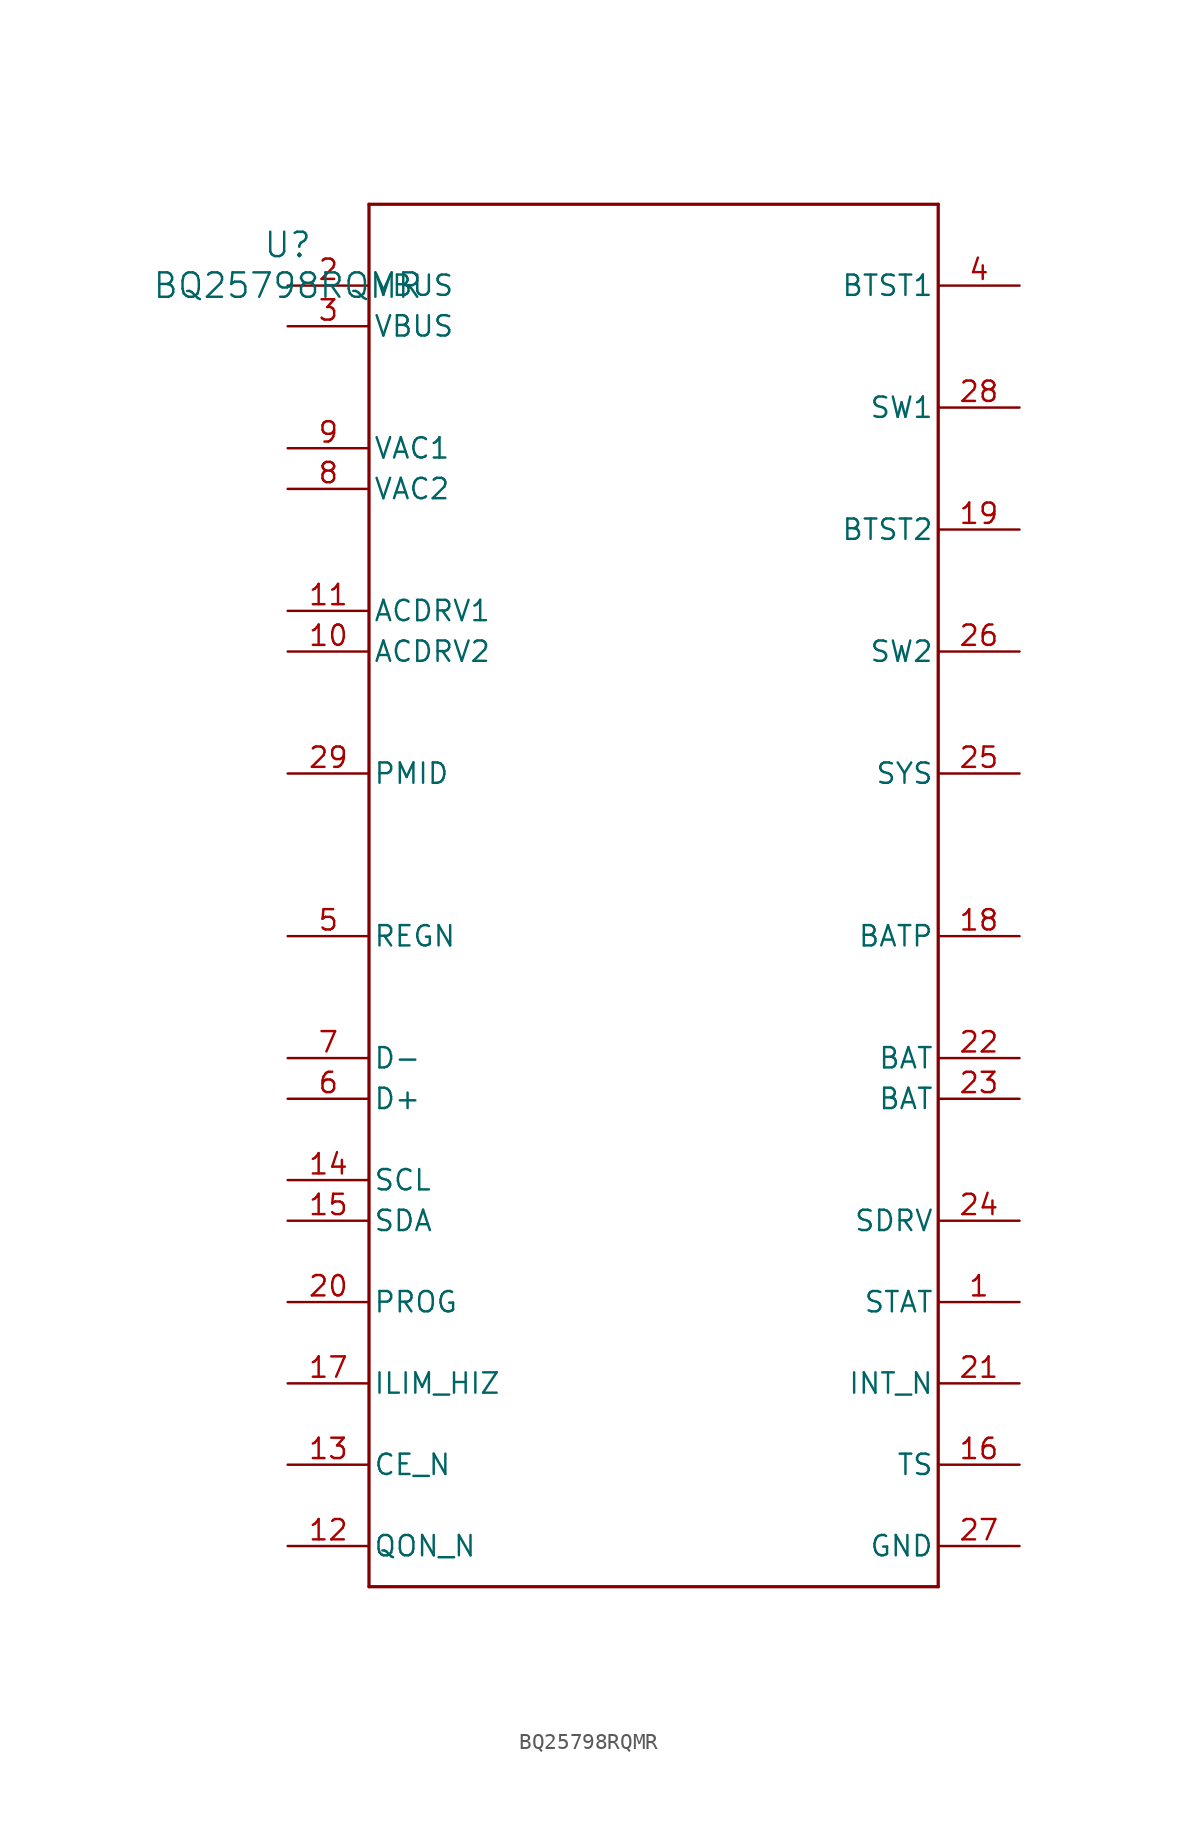
<source format=kicad_sym>
(kicad_symbol_lib
  (version 20220914)
  (generator kicad_symbol_editor)
  (symbol "BQ25798RQMR"
    (pin_names
      (offset 0.254))
    (property "Reference" "U"
      (at 0 2.54 0)
      (effects (font (size 1.524 1.524))))
    (property "Value" "BQ25798RQMR"
      (at 0 0 0)
      (effects (font (size 1.524 1.524))))
    (property "ki_locked" ""
      (at 0 0 0)
      (effects (font (size 1.27 1.27))))
    (symbol "BQ25798RQMR_0_1"
      (polyline (pts (xy 5.08 -81.28) (xy 40.64 -81.28)) (stroke (width 0.203) (type default)) (fill (type none)))
      (polyline (pts (xy 5.08 5.08) (xy 5.08 -81.28)) (stroke (width 0.203) (type default)) (fill (type none)))
      (polyline (pts (xy 40.64 -81.28) (xy 40.64 5.08)) (stroke (width 0.203) (type default)) (fill (type none)))
      (polyline (pts (xy 40.64 5.08) (xy 5.08 5.08)) (stroke (width 0.203) (type default)) (fill (type none)))
      (pin output line (at 45.72 -63.5 180) (length 5.08) (name "STAT" (effects (font (size 1.27 1.27)))) (number "1" (effects (font (size 1.27 1.27)))))
      (pin input line (at 0 -78.74 0) (length 5.08) (name "QON_N" (effects (font (size 1.27 1.27)))) (number "12" (effects (font (size 1.27 1.27)))))
      (pin input line (at 0 -73.66 0) (length 5.08) (name "CE_N" (effects (font (size 1.27 1.27)))) (number "13" (effects (font (size 1.27 1.27)))))
      (pin input line (at 0 -55.88 0) (length 5.08) (name "SCL" (effects (font (size 1.27 1.27)))) (number "14" (effects (font (size 1.27 1.27)))))
      (pin bidirectional line (at 0 -58.42 0) (length 5.08) (name "SDA" (effects (font (size 1.27 1.27)))) (number "15" (effects (font (size 1.27 1.27)))))
      (pin input line (at 45.72 -73.66 180) (length 5.08) (name "TS" (effects (font (size 1.27 1.27)))) (number "16" (effects (font (size 1.27 1.27)))))
      (pin input line (at 0 -68.58 0) (length 5.08) (name "ILIM_HIZ" (effects (font (size 1.27 1.27)))) (number "17" (effects (font (size 1.27 1.27)))))
      (pin input line (at 45.72 -40.64 180) (length 5.08) (name "BATP" (effects (font (size 1.27 1.27)))) (number "18" (effects (font (size 1.27 1.27)))))
      (pin bidirectional line (at 45.72 -15.24 180) (length 5.08) (name "BTST2" (effects (font (size 1.27 1.27)))) (number "19" (effects (font (size 1.27 1.27)))))
      (pin power_in line (at 0 0 0) (length 5.08) (name "VBUS" (effects (font (size 1.27 1.27)))) (number "2" (effects (font (size 1.27 1.27)))))
      (pin input line (at 0 -63.5 0) (length 5.08) (name "PROG" (effects (font (size 1.27 1.27)))) (number "20" (effects (font (size 1.27 1.27)))))
      (pin output line (at 45.72 -68.58 180) (length 5.08) (name "INT_N" (effects (font (size 1.27 1.27)))) (number "21" (effects (font (size 1.27 1.27)))))
      (pin output line (at 45.72 -58.42 180) (length 5.08) (name "SDRV" (effects (font (size 1.27 1.27)))) (number "24" (effects (font (size 1.27 1.27)))))
      (pin bidirectional line (at 45.72 -22.86 180) (length 5.08) (name "SW2" (effects (font (size 1.27 1.27)))) (number "26" (effects (font (size 1.27 1.27)))))
      (pin power_in line (at 45.72 -78.74 180) (length 5.08) (name "GND" (effects (font (size 1.27 1.27)))) (number "27" (effects (font (size 1.27 1.27)))))
      (pin bidirectional line (at 45.72 -7.62 180) (length 5.08) (name "SW1" (effects (font (size 1.27 1.27)))) (number "28" (effects (font (size 1.27 1.27)))))
      (pin bidirectional line (at 0 -30.48 0) (length 5.08) (name "PMID" (effects (font (size 1.27 1.27)))) (number "29" (effects (font (size 1.27 1.27)))))
      (pin power_in line (at 0 -2.54 0) (length 5.08) (name "VBUS" (effects (font (size 1.27 1.27)))) (number "3" (effects (font (size 1.27 1.27)))))
      (pin bidirectional line (at 45.72 0 180) (length 5.08) (name "BTST1" (effects (font (size 1.27 1.27)))) (number "4" (effects (font (size 1.27 1.27)))))
      (pin power_out line (at 0 -40.64 0) (length 5.08) (name "REGN" (effects (font (size 1.27 1.27)))) (number "5" (effects (font (size 1.27 1.27)))))
      (pin bidirectional line (at 0 -50.8 0) (length 5.08) (name "D+" (effects (font (size 1.27 1.27)))) (number "6" (effects (font (size 1.27 1.27)))))
      (pin bidirectional line (at 0 -48.26 0) (length 5.08) (name "D-" (effects (font (size 1.27 1.27)))) (number "7" (effects (font (size 1.27 1.27)))))
      (pin power_in line (at 0 -12.7 0) (length 5.08) (name "VAC2" (effects (font (size 1.27 1.27)))) (number "8" (effects (font (size 1.27 1.27)))))
      (pin power_in line (at 0 -10.16 0) (length 5.08) (name "VAC1" (effects (font (size 1.27 1.27)))) (number "9" (effects (font (size 1.27 1.27))))))
    (symbol "BQ25798RQMR_1_1"
      (pin output line (at 0 -22.86 0) (length 5.08) (name "ACDRV2" (effects (font (size 1.27 1.27)))) (number "10" (effects (font (size 1.27 1.27)))))
      (pin output line (at 0 -20.32 0) (length 5.08) (name "ACDRV1" (effects (font (size 1.27 1.27)))) (number "11" (effects (font (size 1.27 1.27)))))
      (pin power_in line (at 45.72 -48.26 180) (length 5.08) (name "BAT" (effects (font (size 1.27 1.27)))) (number "22" (effects (font (size 1.27 1.27)))))
      (pin power_in line (at 45.72 -50.8 180) (length 5.08) (name "BAT" (effects (font (size 1.27 1.27)))) (number "23" (effects (font (size 1.27 1.27)))))
      (pin power_out line (at 45.72 -30.48 180) (length 5.08) (name "SYS" (effects (font (size 1.27 1.27)))) (number "25" (effects (font (size 1.27 1.27))))))))
</source>
